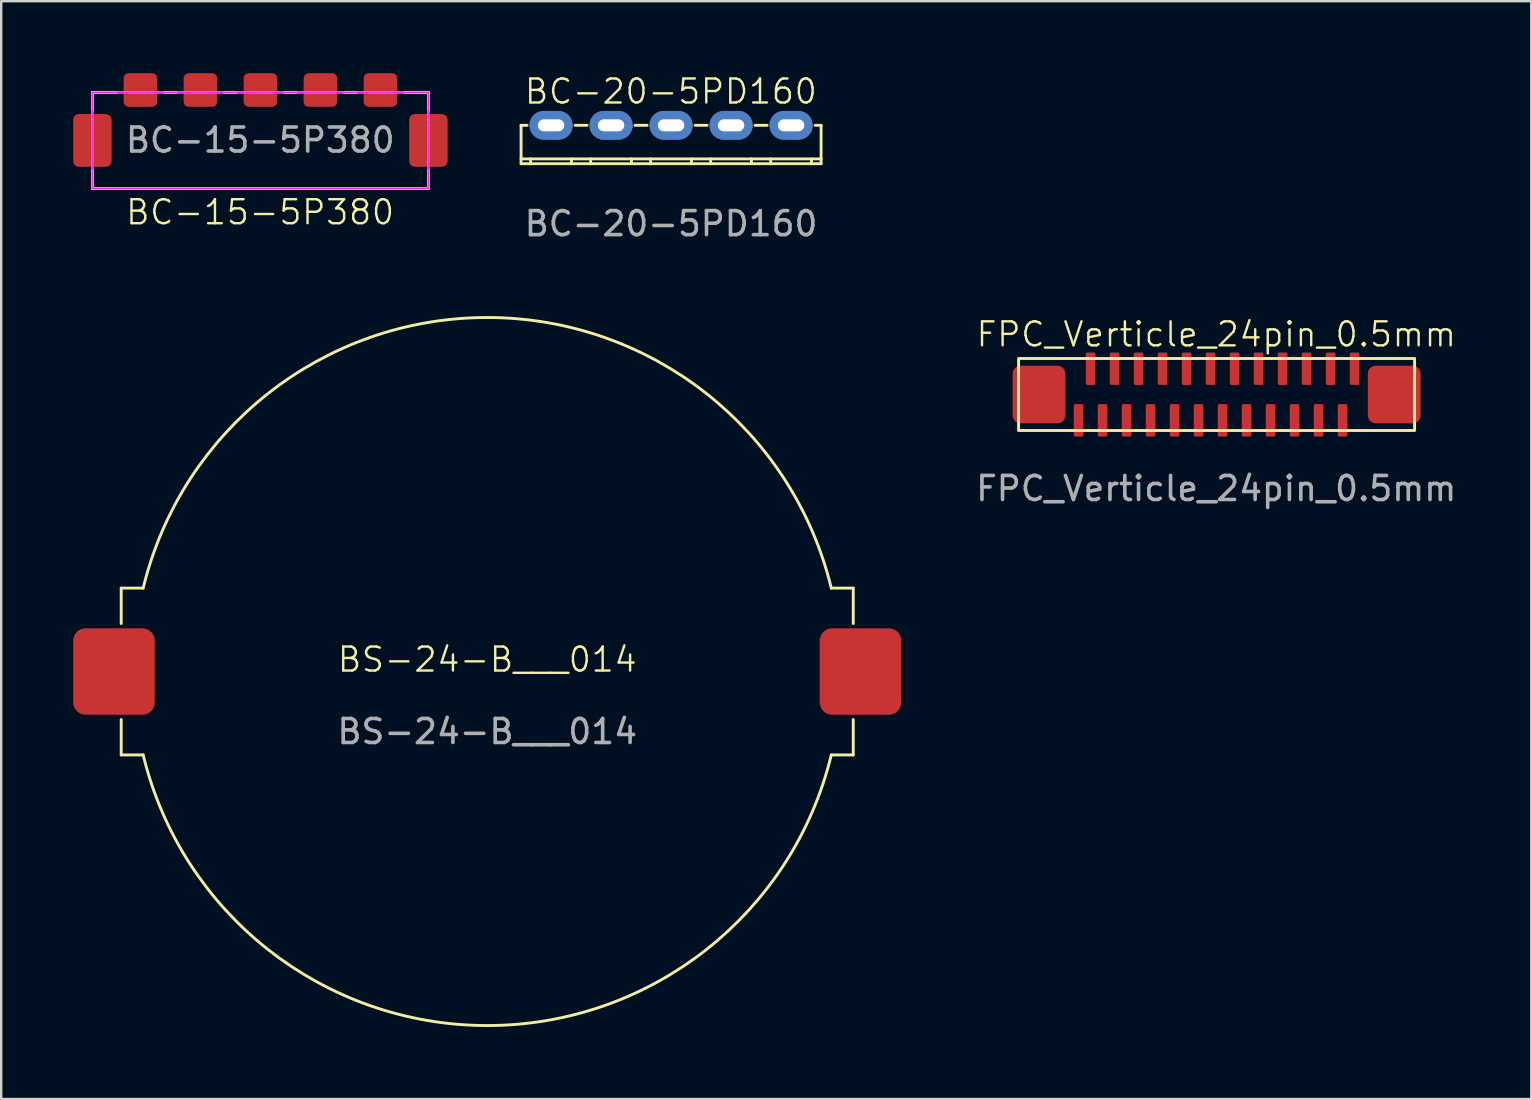
<source format=kicad_pcb>
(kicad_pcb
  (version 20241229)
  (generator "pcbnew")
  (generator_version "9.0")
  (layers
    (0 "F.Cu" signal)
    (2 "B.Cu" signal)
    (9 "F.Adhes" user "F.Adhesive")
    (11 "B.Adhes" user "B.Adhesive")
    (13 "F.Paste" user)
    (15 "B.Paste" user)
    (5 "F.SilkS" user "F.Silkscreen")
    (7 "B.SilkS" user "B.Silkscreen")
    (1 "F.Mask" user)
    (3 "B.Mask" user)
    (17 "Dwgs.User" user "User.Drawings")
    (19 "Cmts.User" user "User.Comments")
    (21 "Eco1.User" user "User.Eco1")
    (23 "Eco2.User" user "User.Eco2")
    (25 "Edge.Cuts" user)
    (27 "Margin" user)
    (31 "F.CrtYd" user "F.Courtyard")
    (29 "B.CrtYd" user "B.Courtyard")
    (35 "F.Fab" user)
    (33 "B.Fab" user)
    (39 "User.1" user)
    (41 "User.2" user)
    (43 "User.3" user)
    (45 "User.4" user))
  (footprint "BC-20-5PD160"
    (layer "F.Cu")
    (at 24.91 3.771)
    (property "Reference" "BC-20-5PD160" (at -0.009 -3.01 0) (unlocked yes) (layer "F.SilkS") (effects (font (size 1 1) (thickness 0.1))))
    (attr smd)
    (fp_line (start -6.25 -0.2) (end 6.25 -0.2) (stroke (width 0.12) (type default)) (layer "F.SilkS"))
    (fp_line (start -6.25 0) (end -6.25 -1.6) (stroke (width 0.12) (type default)) (layer "F.SilkS"))
    (fp_line (start -6.25 0) (end 6.25 0) (stroke (width 0.12) (type default)) (layer "F.SilkS"))
    (fp_line (start -6 -1.6) (end -6.25 -1.6) (stroke (width 0.12) (type default)) (layer "F.SilkS"))
    (fp_line (start -5.85 0) (end -5.85 -0.2) (stroke (width 0.12) (type default)) (layer "F.SilkS"))
    (fp_line (start -4.15 -0.2) (end -4.15 0) (stroke (width 0.12) (type default)) (layer "F.SilkS"))
    (fp_line (start -4 -1.6) (end -3.5 -1.6) (stroke (width 0.12) (type default)) (layer "F.SilkS"))
    (fp_line (start -3.35 0) (end -3.35 -0.2) (stroke (width 0.12) (type default)) (layer "F.SilkS"))
    (fp_line (start -1.65 -0.2) (end -1.65 0) (stroke (width 0.12) (type default)) (layer "F.SilkS"))
    (fp_line (start -1.5 -1.6) (end -1 -1.6) (stroke (width 0.12) (type default)) (layer "F.SilkS"))
    (fp_line (start -0.85 0) (end -0.85 -0.2) (stroke (width 0.12) (type default)) (layer "F.SilkS"))
    (fp_line (start 0.85 -0.2) (end 0.85 0) (stroke (width 0.12) (type default)) (layer "F.SilkS"))
    (fp_line (start 1 -1.6) (end 1.5 -1.6) (stroke (width 0.12) (type default)) (layer "F.SilkS"))
    (fp_line (start 1.65 0) (end 1.65 -0.2) (stroke (width 0.12) (type default)) (layer "F.SilkS"))
    (fp_line (start 3.35 -0.2) (end 3.35 0) (stroke (width 0.12) (type default)) (layer "F.SilkS"))
    (fp_line (start 3.5 -1.6) (end 4 -1.6) (stroke (width 0.12) (type default)) (layer "F.SilkS"))
    (fp_line (start 4.15 0) (end 4.15 -0.2) (stroke (width 0.12) (type default)) (layer "F.SilkS"))
    (fp_line (start 5.85 -0.2) (end 5.85 0) (stroke (width 0.12) (type default)) (layer "F.SilkS"))
    (fp_line (start 6.25 -1.6) (end 6 -1.6) (stroke (width 0.12) (type default)) (layer "F.SilkS"))
    (fp_line (start 6.25 0) (end 6.25 -1.6) (stroke (width 0.12) (type default)) (layer "F.SilkS"))
    (fp_text user "${REFERENCE}" (at 0 2.5 0) (unlocked yes) (layer "F.Fab") (effects (font (size 1 1) (thickness 0.15))))
    (pad "1" thru_hole oval (at -5 -1.6) (size 1.8 1.2) (drill oval 1.1 0.5) (layers "*.Cu" "*.Mask"))
    (pad "2" thru_hole oval (at -2.5 -1.6) (size 1.8 1.2) (drill oval 1.1 0.5) (layers "*.Cu" "*.Mask"))
    (pad "3" thru_hole oval (at 0 -1.6) (size 1.8 1.2) (drill oval 1.1 0.5) (layers "*.Cu" "*.Mask"))
    (pad "4" thru_hole oval (at 2.5 -1.6) (size 1.8 1.2) (drill oval 1.1 0.5) (layers "*.Cu" "*.Mask"))
    (pad "5" thru_hole oval (at 5 -1.6) (size 1.8 1.2) (drill oval 1.1 0.5) (layers "*.Cu" "*.Mask")))
  (footprint "BC-15-5P380"
    (layer "F.Cu")
    (at 7.8 4.8)
    (property "Reference" "BC-15-5P380" (at -0.013 0.991 0) (unlocked yes) (layer "F.SilkS") (effects (font (size 1 1) (thickness 0.1))))
    (attr smd)
    (fp_line (start -7 -4) (end -6 -4) (stroke (width 0.12) (type solid)) (layer "F.SilkS"))
    (fp_line (start -7 -3.25) (end -7 -4) (stroke (width 0.12) (type solid)) (layer "F.SilkS"))
    (fp_line (start -7 0) (end -7 -0.75) (stroke (width 0.12) (type solid)) (layer "F.SilkS"))
    (fp_line (start -7 0) (end 7 0) (stroke (width 0.12) (type solid)) (layer "F.SilkS"))
    (fp_line (start -4 -4) (end -3.5 -4) (stroke (width 0.12) (type solid)) (layer "F.SilkS"))
    (fp_line (start -1.5 -4) (end -1 -4) (stroke (width 0.12) (type solid)) (layer "F.SilkS"))
    (fp_line (start 1 -4) (end 1.5 -4) (stroke (width 0.12) (type solid)) (layer "F.SilkS"))
    (fp_line (start 3.5 -4) (end 4 -4) (stroke (width 0.12) (type solid)) (layer "F.SilkS"))
    (fp_line (start 6 -4) (end 7 -4) (stroke (width 0.12) (type solid)) (layer "F.SilkS"))
    (fp_line (start 7 -4) (end 7 -3.25) (stroke (width 0.12) (type solid)) (layer "F.SilkS"))
    (fp_line (start 7 0) (end 7 -0.75) (stroke (width 0.12) (type solid)) (layer "F.SilkS"))
    (fp_rect (start -7 -4) (end 7 0) (stroke (width 0.05) (type default)) (fill no) (layer "F.CrtYd"))
    (fp_rect (start -7 -4) (end 7 0) (stroke (width 0.1) (type default)) (fill no) (layer "F.Fab"))
    (fp_text user "${REFERENCE}" (at -0.006 -2.014 0) (unlocked yes) (layer "F.Fab") (effects (font (size 1 1) (thickness 0.15))))
    (pad "1" smd roundrect (at -5 -4.1) (size 1.4 1.4) (layers "F.Cu" "F.Mask" "F.Paste") (roundrect_rratio 0.15))
    (pad "2" smd roundrect (at -2.5 -4.1) (size 1.4 1.4) (layers "F.Cu" "F.Mask" "F.Paste") (roundrect_rratio 0.15))
    (pad "3" smd roundrect (at 0 -4.1) (size 1.4 1.4) (layers "F.Cu" "F.Mask" "F.Paste") (roundrect_rratio 0.15))
    (pad "4" smd roundrect (at 2.5 -4.1) (size 1.4 1.4) (layers "F.Cu" "F.Mask" "F.Paste") (roundrect_rratio 0.15))
    (pad "5" smd roundrect (at 5 -4.1) (size 1.4 1.4) (layers "F.Cu" "F.Mask" "F.Paste") (roundrect_rratio 0.15))
    (pad "MP" smd roundrect (at -7 -2) (size 1.6 2.2) (layers "F.Cu" "F.Mask" "F.Paste") (roundrect_rratio 0.15))
    (pad "MP" smd roundrect (at 7 -2) (size 1.6 2.2) (layers "F.Cu" "F.Mask" "F.Paste") (roundrect_rratio 0.15)))
  (footprint "BS-24-B___014"
    (layer "F.Cu")
    (at 17.25 24.929)
    (property "Reference" "BS-24-B___014" (at 0 -0.5 0) (unlocked yes) (layer "F.SilkS") (effects (font (size 1 1) (thickness 0.1))))
    (attr smd)
    (fp_line (start -15.25 -3.475) (end -15.25 -2) (stroke (width 0.12) (type solid)) (layer "F.SilkS"))
    (fp_line (start -15.25 -3.475) (end -14.335 -3.475) (stroke (width 0.12) (type default)) (layer "F.SilkS"))
    (fp_line (start -15.25 3.475) (end -15.25 2) (stroke (width 0.12) (type solid)) (layer "F.SilkS"))
    (fp_line (start -15.25 3.475) (end -14.335 3.475) (stroke (width 0.12) (type default)) (layer "F.SilkS"))
    (fp_line (start 15.25 -3.475) (end 14.335 -3.475) (stroke (width 0.12) (type default)) (layer "F.SilkS"))
    (fp_line (start 15.25 -3.475) (end 15.25 -2) (stroke (width 0.12) (type solid)) (layer "F.SilkS"))
    (fp_line (start 15.25 3.475) (end 14.335 3.475) (stroke (width 0.12) (type default)) (layer "F.SilkS"))
    (fp_line (start 15.25 3.475) (end 15.25 2) (stroke (width 0.12) (type solid)) (layer "F.SilkS"))
    (fp_arc (start -14.334813 -3.475) (mid 0 -14.75) (end 14.334813 -3.475) (stroke (width 0.12) (type default)) (layer "F.SilkS"))
    (fp_arc (start 14.334813 3.475) (mid 0 14.75) (end -14.334813 3.475) (stroke (width 0.12) (type default)) (layer "F.SilkS"))
    (fp_text user "${REFERENCE}" (at 0 2.5 0) (unlocked yes) (layer "F.Fab") (effects (font (size 1 1) (thickness 0.15))))
    (pad "1" smd roundrect (at -15.55 0) (size 3.4 3.6) (layers "F.Cu" "F.Mask" "F.Paste") (roundrect_rratio 0.15))
    (pad "2" smd roundrect (at 15.55 0) (size 3.4 3.6) (layers "F.Cu" "F.Mask" "F.Paste") (roundrect_rratio 0.15)))
  (footprint "FPC_Verticle_24pin_0.5mm"
    (layer "F.Cu")
    (at 47.639 13.387)
    (property "Reference" "FPC_Verticle_24pin_0.5mm" (at -0.011 -2.507 0) (unlocked yes) (layer "F.SilkS") (effects (font (size 1 1) (thickness 0.1))))
    (attr smd)
    (fp_rect (start -8.25 -1.5) (end 8.25 1.5) (stroke (width 0.12) (type solid)) (fill no) (layer "F.SilkS"))
    (fp_text user "${REFERENCE}" (at -0.014 3.917 0) (unlocked yes) (layer "F.Fab") (effects (font (size 1 1) (thickness 0.15))))
    (pad "1" smd roundrect (at -5.75 1.075) (size 0.4 1.35) (layers "F.Cu" "F.Mask" "F.Paste") (roundrect_rratio 0.15))
    (pad "2" smd roundrect (at -5.25 -1.075) (size 0.4 1.35) (layers "F.Cu" "F.Mask" "F.Paste") (roundrect_rratio 0.15))
    (pad "3" smd roundrect (at -4.75 1.075) (size 0.4 1.35) (layers "F.Cu" "F.Mask" "F.Paste") (roundrect_rratio 0.15))
    (pad "4" smd roundrect (at -4.25 -1.075) (size 0.4 1.35) (layers "F.Cu" "F.Mask" "F.Paste") (roundrect_rratio 0.15))
    (pad "5" smd roundrect (at -3.75 1.075) (size 0.4 1.35) (layers "F.Cu" "F.Mask" "F.Paste") (roundrect_rratio 0.15))
    (pad "6" smd roundrect (at -3.25 -1.075) (size 0.4 1.35) (layers "F.Cu" "F.Mask" "F.Paste") (roundrect_rratio 0.15))
    (pad "7" smd roundrect (at -2.75 1.075) (size 0.4 1.35) (layers "F.Cu" "F.Mask" "F.Paste") (roundrect_rratio 0.15))
    (pad "8" smd roundrect (at -2.25 -1.075) (size 0.4 1.35) (layers "F.Cu" "F.Mask" "F.Paste") (roundrect_rratio 0.15))
    (pad "9" smd roundrect (at -1.75 1.075) (size 0.4 1.35) (layers "F.Cu" "F.Mask" "F.Paste") (roundrect_rratio 0.15))
    (pad "10" smd roundrect (at -1.25 -1.075) (size 0.4 1.35) (layers "F.Cu" "F.Mask" "F.Paste") (roundrect_rratio 0.15))
    (pad "11" smd roundrect (at -0.75 1.075) (size 0.4 1.35) (layers "F.Cu" "F.Mask" "F.Paste") (roundrect_rratio 0.15))
    (pad "12" smd roundrect (at -0.25 -1.075) (size 0.4 1.35) (layers "F.Cu" "F.Mask" "F.Paste") (roundrect_rratio 0.15))
    (pad "13" smd roundrect (at 0.25 1.075) (size 0.4 1.35) (layers "F.Cu" "F.Mask" "F.Paste") (roundrect_rratio 0.15))
    (pad "14" smd roundrect (at 0.75 -1.075) (size 0.4 1.35) (layers "F.Cu" "F.Mask" "F.Paste") (roundrect_rratio 0.15))
    (pad "15" smd roundrect (at 1.25 1.075) (size 0.4 1.35) (layers "F.Cu" "F.Mask" "F.Paste") (roundrect_rratio 0.15))
    (pad "16" smd roundrect (at 1.75 -1.075) (size 0.4 1.35) (layers "F.Cu" "F.Mask" "F.Paste") (roundrect_rratio 0.15))
    (pad "17" smd roundrect (at 2.25 1.075) (size 0.4 1.35) (layers "F.Cu" "F.Mask" "F.Paste") (roundrect_rratio 0.15))
    (pad "18" smd roundrect (at 2.75 -1.075) (size 0.4 1.35) (layers "F.Cu" "F.Mask" "F.Paste") (roundrect_rratio 0.15))
    (pad "19" smd roundrect (at 3.25 1.075) (size 0.4 1.35) (layers "F.Cu" "F.Mask" "F.Paste") (roundrect_rratio 0.15))
    (pad "20" smd roundrect (at 3.75 -1.075) (size 0.4 1.35) (layers "F.Cu" "F.Mask" "F.Paste") (roundrect_rratio 0.15))
    (pad "21" smd roundrect (at 4.25 1.075) (size 0.4 1.35) (layers "F.Cu" "F.Mask" "F.Paste") (roundrect_rratio 0.15))
    (pad "22" smd roundrect (at 4.75 -1.075) (size 0.4 1.35) (layers "F.Cu" "F.Mask" "F.Paste") (roundrect_rratio 0.15))
    (pad "23" smd roundrect (at 5.25 1.075) (size 0.4 1.35) (layers "F.Cu" "F.Mask" "F.Paste") (roundrect_rratio 0.15))
    (pad "24" smd roundrect (at 5.75 -1.075) (size 0.4 1.35) (layers "F.Cu" "F.Mask" "F.Paste") (roundrect_rratio 0.15))
    (pad "MP" smd roundrect (at -7.4 0) (size 2.2 2.4) (layers "F.Cu" "F.Mask" "F.Paste") (roundrect_rratio 0.15))
    (pad "MP" smd roundrect (at 7.4 0) (size 2.2 2.4) (layers "F.Cu" "F.Mask" "F.Paste") (roundrect_rratio 0.15)))
  (gr_rect
    (start -3 -3)
    (end 60.75 42.739)
    (stroke (width 0.1) (type default))
    (fill no)
    (layer "Edge.Cuts")))
</source>
